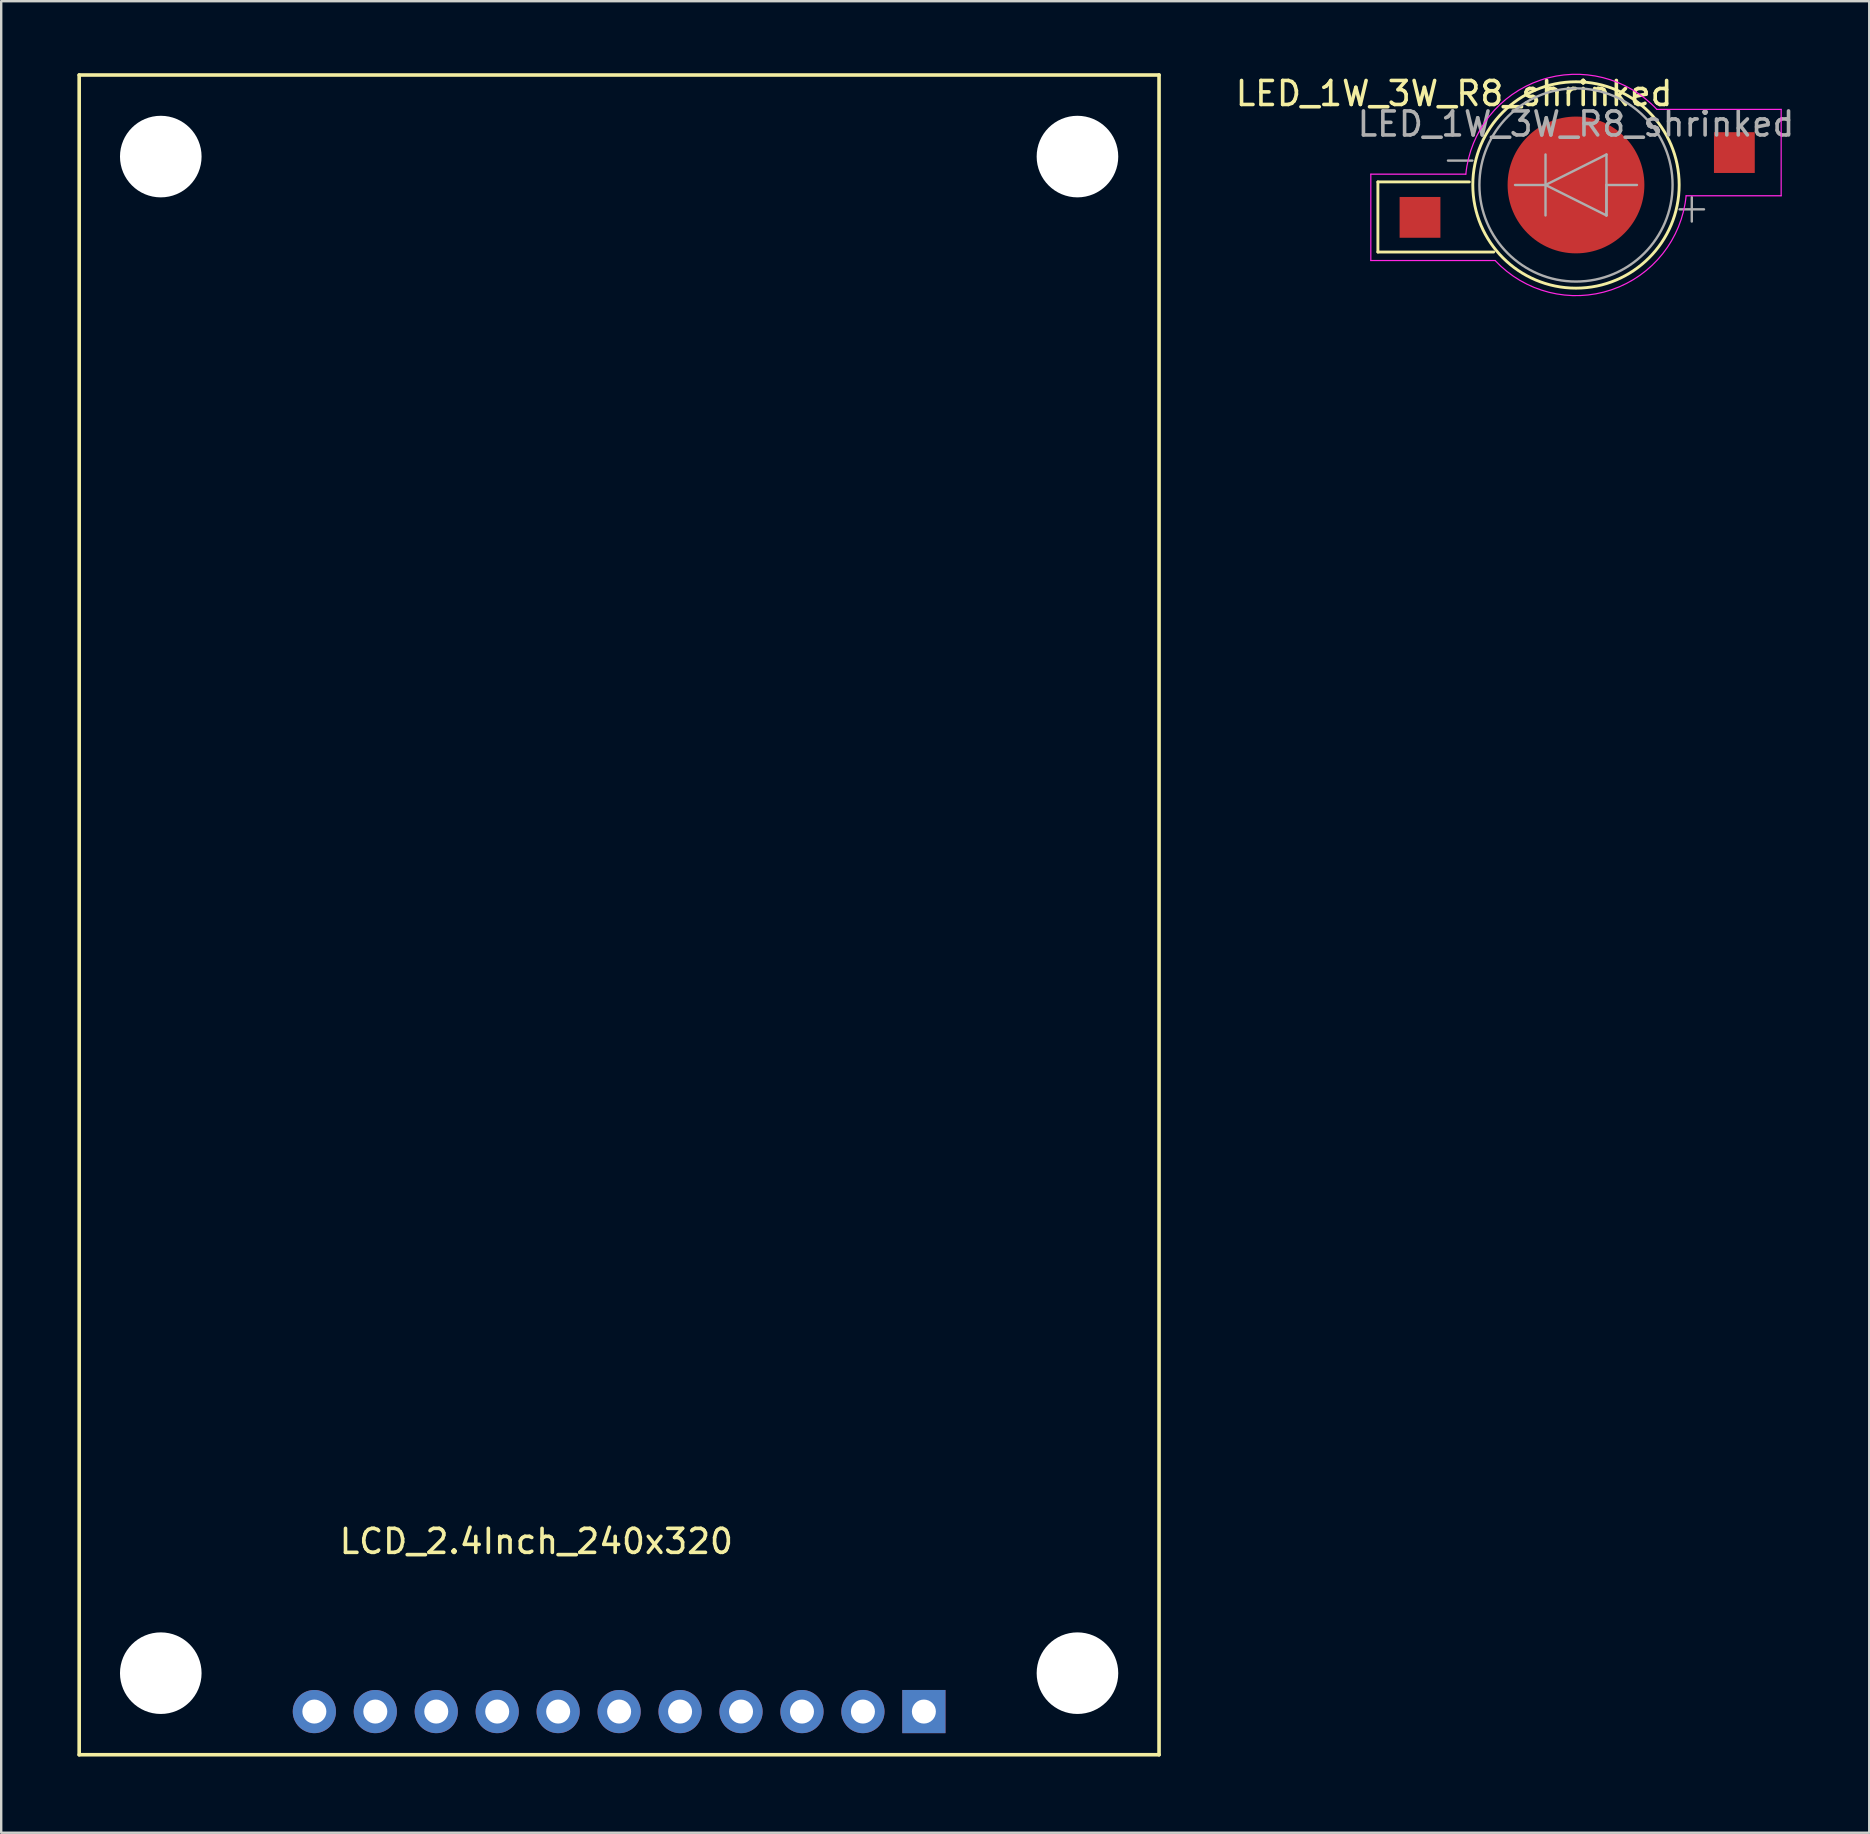
<source format=kicad_pcb>
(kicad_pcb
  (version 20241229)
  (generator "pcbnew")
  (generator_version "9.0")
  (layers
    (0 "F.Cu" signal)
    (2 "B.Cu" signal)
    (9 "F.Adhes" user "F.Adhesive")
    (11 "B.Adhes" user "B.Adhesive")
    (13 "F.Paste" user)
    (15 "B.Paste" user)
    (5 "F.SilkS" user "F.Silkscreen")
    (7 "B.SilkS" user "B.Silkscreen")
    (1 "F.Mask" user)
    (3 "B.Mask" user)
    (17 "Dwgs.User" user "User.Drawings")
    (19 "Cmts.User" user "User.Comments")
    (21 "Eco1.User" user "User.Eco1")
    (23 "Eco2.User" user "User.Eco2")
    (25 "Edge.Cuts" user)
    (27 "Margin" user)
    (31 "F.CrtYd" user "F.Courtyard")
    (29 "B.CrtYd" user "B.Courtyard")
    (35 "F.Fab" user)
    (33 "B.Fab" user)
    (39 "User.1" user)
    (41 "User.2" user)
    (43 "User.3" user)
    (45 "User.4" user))
  (footprint "LED_1W_3W_R8_shrinked"
    (layer "F.Cu")
    (at 62.625 4.658)
    (property "Reference" "LED_1W_3W_R8_shrinked" (at -5.08 -3.81 0) (layer "F.SilkS") (effects (font (size 1 1) (thickness 0.15))))
    (attr smd)
    (fp_line (start -8.255 -0.127) (end -8.255 2.794) (stroke (width 0.12) (type solid)) (layer "F.SilkS"))
    (fp_line (start -8.255 2.794) (end -3.429 2.794) (stroke (width 0.12) (type solid)) (layer "F.SilkS"))
    (fp_line (start -4.445 -0.127) (end -8.255 -0.127) (stroke (width 0.12) (type solid)) (layer "F.SilkS"))
    (fp_circle (center 0 0) (end -4.3 0) (stroke (width 0.12) (type solid)) (fill no) (layer "F.SilkS"))
    (fp_line (start -8.55 -0.45) (end -8.55 3.15) (stroke (width 0.05) (type solid)) (layer "F.CrtYd"))
    (fp_line (start -8.55 3.15) (end -3.37 3.15) (stroke (width 0.05) (type solid)) (layer "F.CrtYd"))
    (fp_line (start -4.59 -0.45) (end -8.55 -0.45) (stroke (width 0.05) (type solid)) (layer "F.CrtYd"))
    (fp_line (start 3.37 -3.15) (end 8.55 -3.15) (stroke (width 0.05) (type solid)) (layer "F.CrtYd"))
    (fp_line (start 8.55 -3.15) (end 8.55 0.45) (stroke (width 0.05) (type solid)) (layer "F.CrtYd"))
    (fp_line (start 8.55 0.45) (end 4.59 0.45) (stroke (width 0.05) (type solid)) (layer "F.CrtYd"))
    (fp_arc (start -4.59 -0.45) (mid -1.481265 -4.36766) (end 3.369303 -3.149349) (stroke (width 0.05) (type solid)) (layer "F.CrtYd"))
    (fp_arc (start 4.59 0.45) (mid 1.481265 4.36766) (end -3.369303 3.149349) (stroke (width 0.05) (type solid)) (layer "F.CrtYd"))
    (fp_line (start -5.334 -1.016) (end -4.318 -1.016) (stroke (width 0.1) (type solid)) (layer "F.Fab"))
    (fp_line (start -2.54 0) (end -1.27 0) (stroke (width 0.1) (type solid)) (layer "F.Fab"))
    (fp_line (start -1.27 -1.27) (end -1.27 1.27) (stroke (width 0.1) (type solid)) (layer "F.Fab"))
    (fp_line (start -1.27 0) (end 1.27 -1.27) (stroke (width 0.1) (type solid)) (layer "F.Fab"))
    (fp_line (start -1.27 0) (end 1.27 1.27) (stroke (width 0.1) (type solid)) (layer "F.Fab"))
    (fp_line (start 1.27 -1.27) (end 1.27 1.27) (stroke (width 0.1) (type solid)) (layer "F.Fab"))
    (fp_line (start 1.27 0) (end 2.54 0) (stroke (width 0.1) (type solid)) (layer "F.Fab"))
    (fp_line (start 1.27 1.27) (end 1.27 0) (stroke (width 0.1) (type solid)) (layer "F.Fab"))
    (fp_line (start 4.318 1.016) (end 5.334 1.016) (stroke (width 0.1) (type solid)) (layer "F.Fab"))
    (fp_line (start 4.826 1.524) (end 4.826 0.508) (stroke (width 0.1) (type solid)) (layer "F.Fab"))
    (fp_circle (center 0 0) (end 4.025 0) (stroke (width 0.1) (type solid)) (fill no) (layer "F.Fab"))
    (fp_text user "${REFERENCE}" (at 0 -2.54 0) (layer "F.Fab") (effects (font (size 1 1) (thickness 0.15))))
    (pad "1" smd rect (at -6.5 1.35) (size 1.7 1.7) (layers "F.Cu" "F.Mask" "F.Paste"))
    (pad "2" smd rect (at 6.6 -1.35) (size 1.7 1.7) (layers "F.Cu" "F.Mask" "F.Paste"))
    (pad "3" smd circle (at 0 0) (size 5.7 5.7) (layers "F.Cu" "F.Mask" "F.Paste")))
  (footprint "LCD_2.4Inch_240x320"
    (layer "F.Cu")
    (at 0.25 70.075)
    (property "Reference" "LCD_2.4Inch_240x320" (at 19.05 -8.89 0) (layer "F.SilkS") (effects (font (size 1 1) (thickness 0.15))))
    (attr through_hole)
    (fp_line (start 0 -70) (end 0 0) (stroke (width 0.15) (type solid)) (layer "F.SilkS"))
    (fp_line (start 0 0) (end 45 0) (stroke (width 0.15) (type solid)) (layer "F.SilkS"))
    (fp_line (start 45 -70) (end 0 -70) (stroke (width 0.15) (type solid)) (layer "F.SilkS"))
    (fp_line (start 45 0) (end 45 -70) (stroke (width 0.15) (type solid)) (layer "F.SilkS"))
    (pad "" np_thru_hole circle (at 3.4 -66.6) (size 3.4 3.4) (drill 3.4) (layers "*.Cu" "*.Mask"))
    (pad "" np_thru_hole circle (at 3.4 -3.4) (size 3.4 3.4) (drill 3.4) (layers "*.Cu" "*.Mask"))
    (pad "" np_thru_hole circle (at 41.6 -66.6) (size 3.4 3.4) (drill 3.4) (layers "*.Cu" "*.Mask"))
    (pad "" np_thru_hole circle (at 41.6 -3.4) (size 3.4 3.4) (drill 3.4) (layers "*.Cu" "*.Mask"))
    (pad "1" thru_hole rect (at 35.2 -1.8) (size 1.8 1.8) (drill 1) (layers "*.Cu" "*.Mask"))
    (pad "2" thru_hole circle (at 32.66 -1.8) (size 1.8 1.8) (drill 1) (layers "*.Cu" "*.Mask"))
    (pad "3" thru_hole circle (at 30.12 -1.8) (size 1.8 1.8) (drill 1) (layers "*.Cu" "*.Mask"))
    (pad "4" thru_hole circle (at 27.58 -1.8) (size 1.8 1.8) (drill 1) (layers "*.Cu" "*.Mask"))
    (pad "5" thru_hole circle (at 25.04 -1.8) (size 1.8 1.8) (drill 1) (layers "*.Cu" "*.Mask"))
    (pad "6" thru_hole circle (at 22.5 -1.8) (size 1.8 1.8) (drill 1) (layers "*.Cu" "*.Mask"))
    (pad "7" thru_hole circle (at 19.96 -1.8) (size 1.8 1.8) (drill 1) (layers "*.Cu" "*.Mask"))
    (pad "8" thru_hole circle (at 17.42 -1.8) (size 1.8 1.8) (drill 1) (layers "*.Cu" "*.Mask"))
    (pad "9" thru_hole circle (at 14.88 -1.8) (size 1.8 1.8) (drill 1) (layers "*.Cu" "*.Mask"))
    (pad "10" thru_hole circle (at 12.34 -1.8) (size 1.8 1.8) (drill 1) (layers "*.Cu" "*.Mask"))
    (pad "11" thru_hole circle (at 9.8 -1.8) (size 1.8 1.8) (drill 1) (layers "*.Cu" "*.Mask")))
  (gr_rect
    (start -3 -3)
    (end 74.845 73.325)
    (stroke (width 0.1) (type default))
    (fill no)
    (layer "Edge.Cuts")))
</source>
